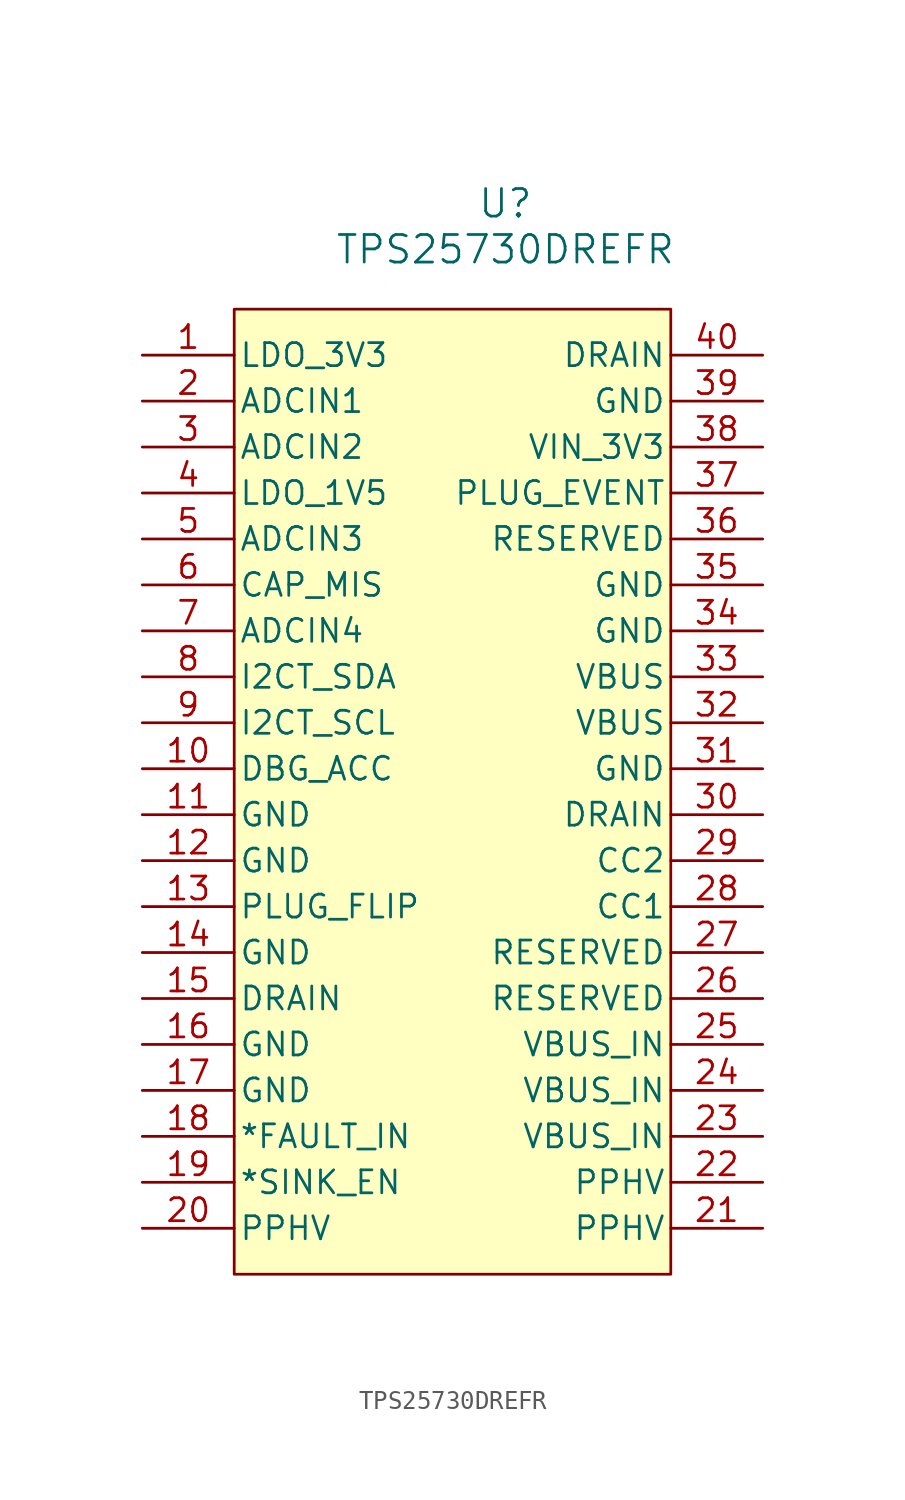
<source format=kicad_sym>
(kicad_symbol_lib
  (version 20231120)
  (generator "kicad_symbol_editor")
  (generator_version "8.0")
  (symbol "TPS25730DREFR"
    (pin_names
      (offset 0.254))
    (property "Reference" "U"
      (at 22.606 8.382 0)
      (effects (font (size 1.524 1.524))))
    (property "Value" "TPS25730DREFR"
      (at 22.606 5.842 0)
      (effects (font (size 1.524 1.524))))
    (symbol "TPS25730DREFR_0_1"
      (pin power_out line (at 2.54 0 0) (length 5.08) (name "LDO_3V3" (effects (font (size 1.27 1.27)))) (number "1" (effects (font (size 1.27 1.27)))))
      (pin open_collector line (at 2.54 -22.86 0) (length 5.08) (name "DBG_ACC" (effects (font (size 1.27 1.27)))) (number "10" (effects (font (size 1.27 1.27)))))
      (pin power_in line (at 2.54 -25.4 0) (length 5.08) (name "GND" (effects (font (size 1.27 1.27)))) (number "11" (effects (font (size 1.27 1.27)))))
      (pin power_in line (at 2.54 -27.94 0) (length 5.08) (name "GND" (effects (font (size 1.27 1.27)))) (number "12" (effects (font (size 1.27 1.27)))))
      (pin open_collector line (at 2.54 -30.48 0) (length 5.08) (name "PLUG_FLIP" (effects (font (size 1.27 1.27)))) (number "13" (effects (font (size 1.27 1.27)))))
      (pin power_in line (at 2.54 -33.02 0) (length 5.08) (name "GND" (effects (font (size 1.27 1.27)))) (number "14" (effects (font (size 1.27 1.27)))))
      (pin passive line (at 2.54 -35.56 0) (length 5.08) (name "DRAIN" (effects (font (size 1.27 1.27)))) (number "15" (effects (font (size 1.27 1.27)))))
      (pin power_in line (at 2.54 -38.1 0) (length 5.08) (name "GND" (effects (font (size 1.27 1.27)))) (number "16" (effects (font (size 1.27 1.27)))))
      (pin power_in line (at 2.54 -40.64 0) (length 5.08) (name "GND" (effects (font (size 1.27 1.27)))) (number "17" (effects (font (size 1.27 1.27)))))
      (pin input line (at 2.54 -43.18 0) (length 5.08) (name "*FAULT_IN" (effects (font (size 1.27 1.27)))) (number "18" (effects (font (size 1.27 1.27)))))
      (pin open_collector line (at 2.54 -45.72 0) (length 5.08) (name "*SINK_EN" (effects (font (size 1.27 1.27)))) (number "19" (effects (font (size 1.27 1.27)))))
      (pin input line (at 2.54 -2.54 0) (length 5.08) (name "ADCIN1" (effects (font (size 1.27 1.27)))) (number "2" (effects (font (size 1.27 1.27)))))
      (pin power_out line (at 2.54 -48.26 0) (length 5.08) (name "PPHV" (effects (font (size 1.27 1.27)))) (number "20" (effects (font (size 1.27 1.27)))))
      (pin power_out line (at 36.83 -48.26 180) (length 5.078) (name "PPHV" (effects (font (size 1.27 1.27)))) (number "21" (effects (font (size 1.27 1.27)))))
      (pin power_out line (at 36.83 -45.72 180) (length 5.078) (name "PPHV" (effects (font (size 1.27 1.27)))) (number "22" (effects (font (size 1.27 1.27)))))
      (pin power_in line (at 36.83 -43.18 180) (length 5.078) (name "VBUS_IN" (effects (font (size 1.27 1.27)))) (number "23" (effects (font (size 1.27 1.27)))))
      (pin power_in line (at 36.83 -40.64 180) (length 5.078) (name "VBUS_IN" (effects (font (size 1.27 1.27)))) (number "24" (effects (font (size 1.27 1.27)))))
      (pin power_in line (at 36.83 -38.1 180) (length 5.078) (name "VBUS_IN" (effects (font (size 1.27 1.27)))) (number "25" (effects (font (size 1.27 1.27)))))
      (pin input line (at 36.83 -35.56 180) (length 5.078) (name "RESERVED" (effects (font (size 1.27 1.27)))) (number "26" (effects (font (size 1.27 1.27)))))
      (pin input line (at 36.83 -33.02 180) (length 5.078) (name "RESERVED" (effects (font (size 1.27 1.27)))) (number "27" (effects (font (size 1.27 1.27)))))
      (pin bidirectional line (at 36.83 -30.48 180) (length 5.078) (name "CC1" (effects (font (size 1.27 1.27)))) (number "28" (effects (font (size 1.27 1.27)))))
      (pin bidirectional line (at 36.83 -27.94 180) (length 5.078) (name "CC2" (effects (font (size 1.27 1.27)))) (number "29" (effects (font (size 1.27 1.27)))))
      (pin input line (at 2.54 -5.08 0) (length 5.08) (name "ADCIN2" (effects (font (size 1.27 1.27)))) (number "3" (effects (font (size 1.27 1.27)))))
      (pin passive line (at 36.83 -25.4 180) (length 5.078) (name "DRAIN" (effects (font (size 1.27 1.27)))) (number "30" (effects (font (size 1.27 1.27)))))
      (pin power_in line (at 36.83 -22.86 180) (length 5.078) (name "GND" (effects (font (size 1.27 1.27)))) (number "31" (effects (font (size 1.27 1.27)))))
      (pin power_in line (at 36.83 -20.32 180) (length 5.078) (name "VBUS" (effects (font (size 1.27 1.27)))) (number "32" (effects (font (size 1.27 1.27)))))
      (pin power_in line (at 36.83 -17.78 180) (length 5.078) (name "VBUS" (effects (font (size 1.27 1.27)))) (number "33" (effects (font (size 1.27 1.27)))))
      (pin power_in line (at 36.83 -15.24 180) (length 5.078) (name "GND" (effects (font (size 1.27 1.27)))) (number "34" (effects (font (size 1.27 1.27)))))
      (pin power_in line (at 36.83 -12.7 180) (length 5.078) (name "GND" (effects (font (size 1.27 1.27)))) (number "35" (effects (font (size 1.27 1.27)))))
      (pin input line (at 36.83 -10.16 180) (length 5.078) (name "RESERVED" (effects (font (size 1.27 1.27)))) (number "36" (effects (font (size 1.27 1.27)))))
      (pin open_collector line (at 36.83 -7.62 180) (length 5.078) (name "PLUG_EVENT" (effects (font (size 1.27 1.27)))) (number "37" (effects (font (size 1.27 1.27)))))
      (pin power_out line (at 36.83 -5.08 180) (length 5.078) (name "VIN_3V3" (effects (font (size 1.27 1.27)))) (number "38" (effects (font (size 1.27 1.27)))))
      (pin power_in line (at 36.83 -2.54 180) (length 5.078) (name "GND" (effects (font (size 1.27 1.27)))) (number "39" (effects (font (size 1.27 1.27)))))
      (pin power_out line (at 2.54 -7.62 0) (length 5.08) (name "LDO_1V5" (effects (font (size 1.27 1.27)))) (number "4" (effects (font (size 1.27 1.27)))))
      (pin passive line (at 36.83 0 180) (length 5.078) (name "DRAIN" (effects (font (size 1.27 1.27)))) (number "40" (effects (font (size 1.27 1.27)))))
      (pin input line (at 2.54 -10.16 0) (length 5.08) (name "ADCIN3" (effects (font (size 1.27 1.27)))) (number "5" (effects (font (size 1.27 1.27)))))
      (pin open_collector line (at 2.54 -12.7 0) (length 5.08) (name "CAP_MIS" (effects (font (size 1.27 1.27)))) (number "6" (effects (font (size 1.27 1.27)))))
      (pin input line (at 2.54 -15.24 0) (length 5.08) (name "ADCIN4" (effects (font (size 1.27 1.27)))) (number "7" (effects (font (size 1.27 1.27)))))
      (pin bidirectional line (at 2.54 -17.78 0) (length 5.08) (name "I2CT_SDA" (effects (font (size 1.27 1.27)))) (number "8" (effects (font (size 1.27 1.27)))))
      (pin input line (at 2.54 -20.32 0) (length 5.08) (name "I2CT_SCL" (effects (font (size 1.27 1.27)))) (number "9" (effects (font (size 1.27 1.27))))))
    (symbol "TPS25730DREFR_1_1"
      (rectangle (start 7.62 2.54) (end 31.75 -50.8) (stroke (width 0) (type default)) (fill (type background))))))
</source>
